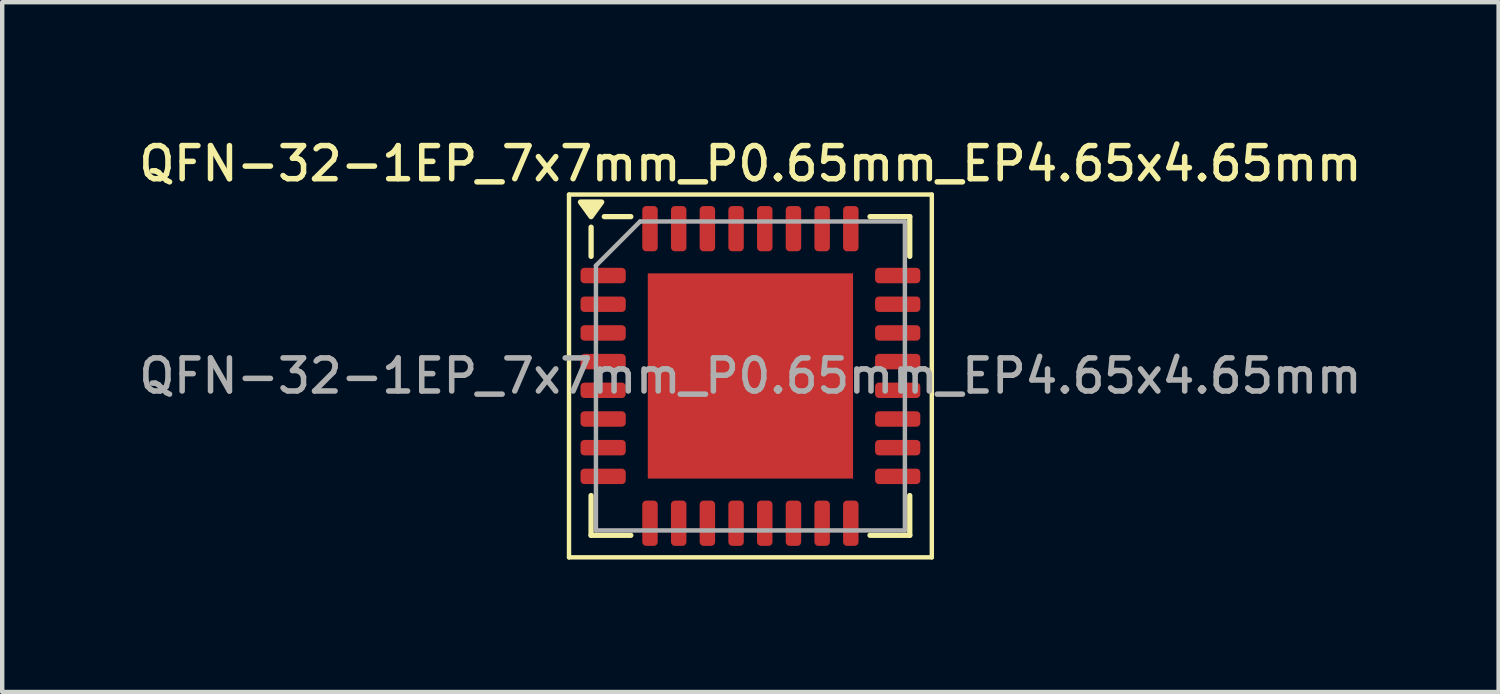
<source format=kicad_pcb>
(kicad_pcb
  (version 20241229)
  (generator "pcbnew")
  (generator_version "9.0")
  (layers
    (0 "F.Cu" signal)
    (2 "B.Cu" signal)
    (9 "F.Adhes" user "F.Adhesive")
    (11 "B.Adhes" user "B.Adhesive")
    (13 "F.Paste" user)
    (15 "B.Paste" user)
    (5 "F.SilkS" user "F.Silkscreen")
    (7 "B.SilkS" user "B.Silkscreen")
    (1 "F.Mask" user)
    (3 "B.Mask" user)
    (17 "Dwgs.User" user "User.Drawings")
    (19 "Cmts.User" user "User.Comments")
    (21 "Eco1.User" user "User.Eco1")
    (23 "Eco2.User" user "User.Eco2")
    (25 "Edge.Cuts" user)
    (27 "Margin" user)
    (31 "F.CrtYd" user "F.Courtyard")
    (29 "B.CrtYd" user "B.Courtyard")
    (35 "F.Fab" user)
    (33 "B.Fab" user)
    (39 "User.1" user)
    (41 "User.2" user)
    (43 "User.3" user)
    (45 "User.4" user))
  (footprint "QFN-32-1EP_7x7mm_P0.65mm_EP4.65x4.65mm"
    (layer "F.Cu")
    (at 13.952 5.468)
    (property "Reference" "QFN-32-1EP_7x7mm_P0.65mm_EP4.65x4.65mm" (at 0 -4.81 0) (layer "F.SilkS") (effects (font (size 0.75 0.75) (thickness 0.125))))
    (attr smd)
    (fp_line (start -4.11 -4.11) (end -4.11 4.11) (stroke (width 0.1) (type solid)) (layer "F.SilkS"))
    (fp_line (start -4.11 4.11) (end 4.11 4.11) (stroke (width 0.1) (type solid)) (layer "F.SilkS"))
    (fp_line (start -3.61 -2.71) (end -3.61 -3.37) (stroke (width 0.12) (type solid)) (layer "F.SilkS"))
    (fp_line (start -3.61 3.61) (end -3.61 2.71) (stroke (width 0.12) (type solid)) (layer "F.SilkS"))
    (fp_line (start -2.71 -3.61) (end -3.31 -3.61) (stroke (width 0.12) (type solid)) (layer "F.SilkS"))
    (fp_line (start -2.71 3.61) (end -3.61 3.61) (stroke (width 0.12) (type solid)) (layer "F.SilkS"))
    (fp_line (start 2.71 -3.61) (end 3.61 -3.61) (stroke (width 0.12) (type solid)) (layer "F.SilkS"))
    (fp_line (start 2.71 3.61) (end 3.61 3.61) (stroke (width 0.12) (type solid)) (layer "F.SilkS"))
    (fp_line (start 3.61 -3.61) (end 3.61 -2.71) (stroke (width 0.12) (type solid)) (layer "F.SilkS"))
    (fp_line (start 3.61 3.61) (end 3.61 2.71) (stroke (width 0.12) (type solid)) (layer "F.SilkS"))
    (fp_line (start 4.11 -4.11) (end -4.11 -4.11) (stroke (width 0.1) (type solid)) (layer "F.SilkS"))
    (fp_line (start 4.11 4.11) (end 4.11 -4.11) (stroke (width 0.1) (type solid)) (layer "F.SilkS"))
    (fp_poly (pts (xy -3.61 -3.61) (xy -3.85 -3.94) (xy -3.37 -3.94) (xy -3.61 -3.61)) (stroke (width 0.12) (type solid)) (fill yes) (layer "F.SilkS"))
    (fp_line (start -3.5 -2.5) (end -2.5 -3.5) (stroke (width 0.1) (type solid)) (layer "F.Fab"))
    (fp_line (start -3.5 3.5) (end -3.5 -2.5) (stroke (width 0.1) (type solid)) (layer "F.Fab"))
    (fp_line (start -2.5 -3.5) (end 3.5 -3.5) (stroke (width 0.1) (type solid)) (layer "F.Fab"))
    (fp_line (start 3.5 -3.5) (end 3.5 3.5) (stroke (width 0.1) (type solid)) (layer "F.Fab"))
    (fp_line (start 3.5 3.5) (end -3.5 3.5) (stroke (width 0.1) (type solid)) (layer "F.Fab"))
    (fp_text user "${REFERENCE}" (at 0 0 0) (layer "F.Fab") (effects (font (size 0.75 0.75) (thickness 0.125))))
    (pad "" smd roundrect (at -1.74 -1.74) (size 0.94 0.94) (layers "F.Paste") (roundrect_rratio 0.25))
    (pad "" smd roundrect (at -1.74 -0.58) (size 0.94 0.94) (layers "F.Paste") (roundrect_rratio 0.25))
    (pad "" smd roundrect (at -1.74 0.58) (size 0.94 0.94) (layers "F.Paste") (roundrect_rratio 0.25))
    (pad "" smd roundrect (at -1.74 1.74) (size 0.94 0.94) (layers "F.Paste") (roundrect_rratio 0.25))
    (pad "" smd roundrect (at -0.58 -1.74) (size 0.94 0.94) (layers "F.Paste") (roundrect_rratio 0.25))
    (pad "" smd roundrect (at -0.58 -0.58) (size 0.94 0.94) (layers "F.Paste") (roundrect_rratio 0.25))
    (pad "" smd roundrect (at -0.58 0.58) (size 0.94 0.94) (layers "F.Paste") (roundrect_rratio 0.25))
    (pad "" smd roundrect (at -0.58 1.74) (size 0.94 0.94) (layers "F.Paste") (roundrect_rratio 0.25))
    (pad "" smd roundrect (at 0.58 -1.74) (size 0.94 0.94) (layers "F.Paste") (roundrect_rratio 0.25))
    (pad "" smd roundrect (at 0.58 -0.58) (size 0.94 0.94) (layers "F.Paste") (roundrect_rratio 0.25))
    (pad "" smd roundrect (at 0.58 0.58) (size 0.94 0.94) (layers "F.Paste") (roundrect_rratio 0.25))
    (pad "" smd roundrect (at 0.58 1.74) (size 0.94 0.94) (layers "F.Paste") (roundrect_rratio 0.25))
    (pad "" smd roundrect (at 1.74 -1.74) (size 0.94 0.94) (layers "F.Paste") (roundrect_rratio 0.25))
    (pad "" smd roundrect (at 1.74 -0.58) (size 0.94 0.94) (layers "F.Paste") (roundrect_rratio 0.25))
    (pad "" smd roundrect (at 1.74 0.58) (size 0.94 0.94) (layers "F.Paste") (roundrect_rratio 0.25))
    (pad "" smd roundrect (at 1.74 1.74) (size 0.94 0.94) (layers "F.Paste") (roundrect_rratio 0.25))
    (pad "1" smd roundrect (at -3.337 -2.275) (size 1.025 0.35) (layers "F.Cu" "F.Mask" "F.Paste") (roundrect_rratio 0.25))
    (pad "2" smd roundrect (at -3.337 -1.625) (size 1.025 0.35) (layers "F.Cu" "F.Mask" "F.Paste") (roundrect_rratio 0.25))
    (pad "3" smd roundrect (at -3.337 -0.975) (size 1.025 0.35) (layers "F.Cu" "F.Mask" "F.Paste") (roundrect_rratio 0.25))
    (pad "4" smd roundrect (at -3.337 -0.325) (size 1.025 0.35) (layers "F.Cu" "F.Mask" "F.Paste") (roundrect_rratio 0.25))
    (pad "5" smd roundrect (at -3.337 0.325) (size 1.025 0.35) (layers "F.Cu" "F.Mask" "F.Paste") (roundrect_rratio 0.25))
    (pad "6" smd roundrect (at -3.337 0.975) (size 1.025 0.35) (layers "F.Cu" "F.Mask" "F.Paste") (roundrect_rratio 0.25))
    (pad "7" smd roundrect (at -3.337 1.625) (size 1.025 0.35) (layers "F.Cu" "F.Mask" "F.Paste") (roundrect_rratio 0.25))
    (pad "8" smd roundrect (at -3.337 2.275) (size 1.025 0.35) (layers "F.Cu" "F.Mask" "F.Paste") (roundrect_rratio 0.25))
    (pad "9" smd roundrect (at -2.275 3.337) (size 0.35 1.025) (layers "F.Cu" "F.Mask" "F.Paste") (roundrect_rratio 0.25))
    (pad "10" smd roundrect (at -1.625 3.337) (size 0.35 1.025) (layers "F.Cu" "F.Mask" "F.Paste") (roundrect_rratio 0.25))
    (pad "11" smd roundrect (at -0.975 3.337) (size 0.35 1.025) (layers "F.Cu" "F.Mask" "F.Paste") (roundrect_rratio 0.25))
    (pad "12" smd roundrect (at -0.325 3.337) (size 0.35 1.025) (layers "F.Cu" "F.Mask" "F.Paste") (roundrect_rratio 0.25))
    (pad "13" smd roundrect (at 0.325 3.337) (size 0.35 1.025) (layers "F.Cu" "F.Mask" "F.Paste") (roundrect_rratio 0.25))
    (pad "14" smd roundrect (at 0.975 3.337) (size 0.35 1.025) (layers "F.Cu" "F.Mask" "F.Paste") (roundrect_rratio 0.25))
    (pad "15" smd roundrect (at 1.625 3.337) (size 0.35 1.025) (layers "F.Cu" "F.Mask" "F.Paste") (roundrect_rratio 0.25))
    (pad "16" smd roundrect (at 2.275 3.337) (size 0.35 1.025) (layers "F.Cu" "F.Mask" "F.Paste") (roundrect_rratio 0.25))
    (pad "17" smd roundrect (at 3.337 2.275) (size 1.025 0.35) (layers "F.Cu" "F.Mask" "F.Paste") (roundrect_rratio 0.25))
    (pad "18" smd roundrect (at 3.337 1.625) (size 1.025 0.35) (layers "F.Cu" "F.Mask" "F.Paste") (roundrect_rratio 0.25))
    (pad "19" smd roundrect (at 3.337 0.975) (size 1.025 0.35) (layers "F.Cu" "F.Mask" "F.Paste") (roundrect_rratio 0.25))
    (pad "20" smd roundrect (at 3.337 0.325) (size 1.025 0.35) (layers "F.Cu" "F.Mask" "F.Paste") (roundrect_rratio 0.25))
    (pad "21" smd roundrect (at 3.337 -0.325) (size 1.025 0.35) (layers "F.Cu" "F.Mask" "F.Paste") (roundrect_rratio 0.25))
    (pad "22" smd roundrect (at 3.337 -0.975) (size 1.025 0.35) (layers "F.Cu" "F.Mask" "F.Paste") (roundrect_rratio 0.25))
    (pad "23" smd roundrect (at 3.337 -1.625) (size 1.025 0.35) (layers "F.Cu" "F.Mask" "F.Paste") (roundrect_rratio 0.25))
    (pad "24" smd roundrect (at 3.337 -2.275) (size 1.025 0.35) (layers "F.Cu" "F.Mask" "F.Paste") (roundrect_rratio 0.25))
    (pad "25" smd roundrect (at 2.275 -3.337) (size 0.35 1.025) (layers "F.Cu" "F.Mask" "F.Paste") (roundrect_rratio 0.25))
    (pad "26" smd roundrect (at 1.625 -3.337) (size 0.35 1.025) (layers "F.Cu" "F.Mask" "F.Paste") (roundrect_rratio 0.25))
    (pad "27" smd roundrect (at 0.975 -3.337) (size 0.35 1.025) (layers "F.Cu" "F.Mask" "F.Paste") (roundrect_rratio 0.25))
    (pad "28" smd roundrect (at 0.325 -3.337) (size 0.35 1.025) (layers "F.Cu" "F.Mask" "F.Paste") (roundrect_rratio 0.25))
    (pad "29" smd roundrect (at -0.325 -3.337) (size 0.35 1.025) (layers "F.Cu" "F.Mask" "F.Paste") (roundrect_rratio 0.25))
    (pad "30" smd roundrect (at -0.975 -3.337) (size 0.35 1.025) (layers "F.Cu" "F.Mask" "F.Paste") (roundrect_rratio 0.25))
    (pad "31" smd roundrect (at -1.625 -3.337) (size 0.35 1.025) (layers "F.Cu" "F.Mask" "F.Paste") (roundrect_rratio 0.25))
    (pad "32" smd roundrect (at -2.275 -3.337) (size 0.35 1.025) (layers "F.Cu" "F.Mask" "F.Paste") (roundrect_rratio 0.25))
    (pad "33" smd rect (at 0 0) (size 4.65 4.65) (property pad_prop_heatsink) (layers "F.Cu" "F.Mask")))
  (gr_rect
    (start -3 -3)
    (end 30.904 12.628)
    (stroke (width 0.1) (type default))
    (fill no)
    (layer "Edge.Cuts")))
</source>
